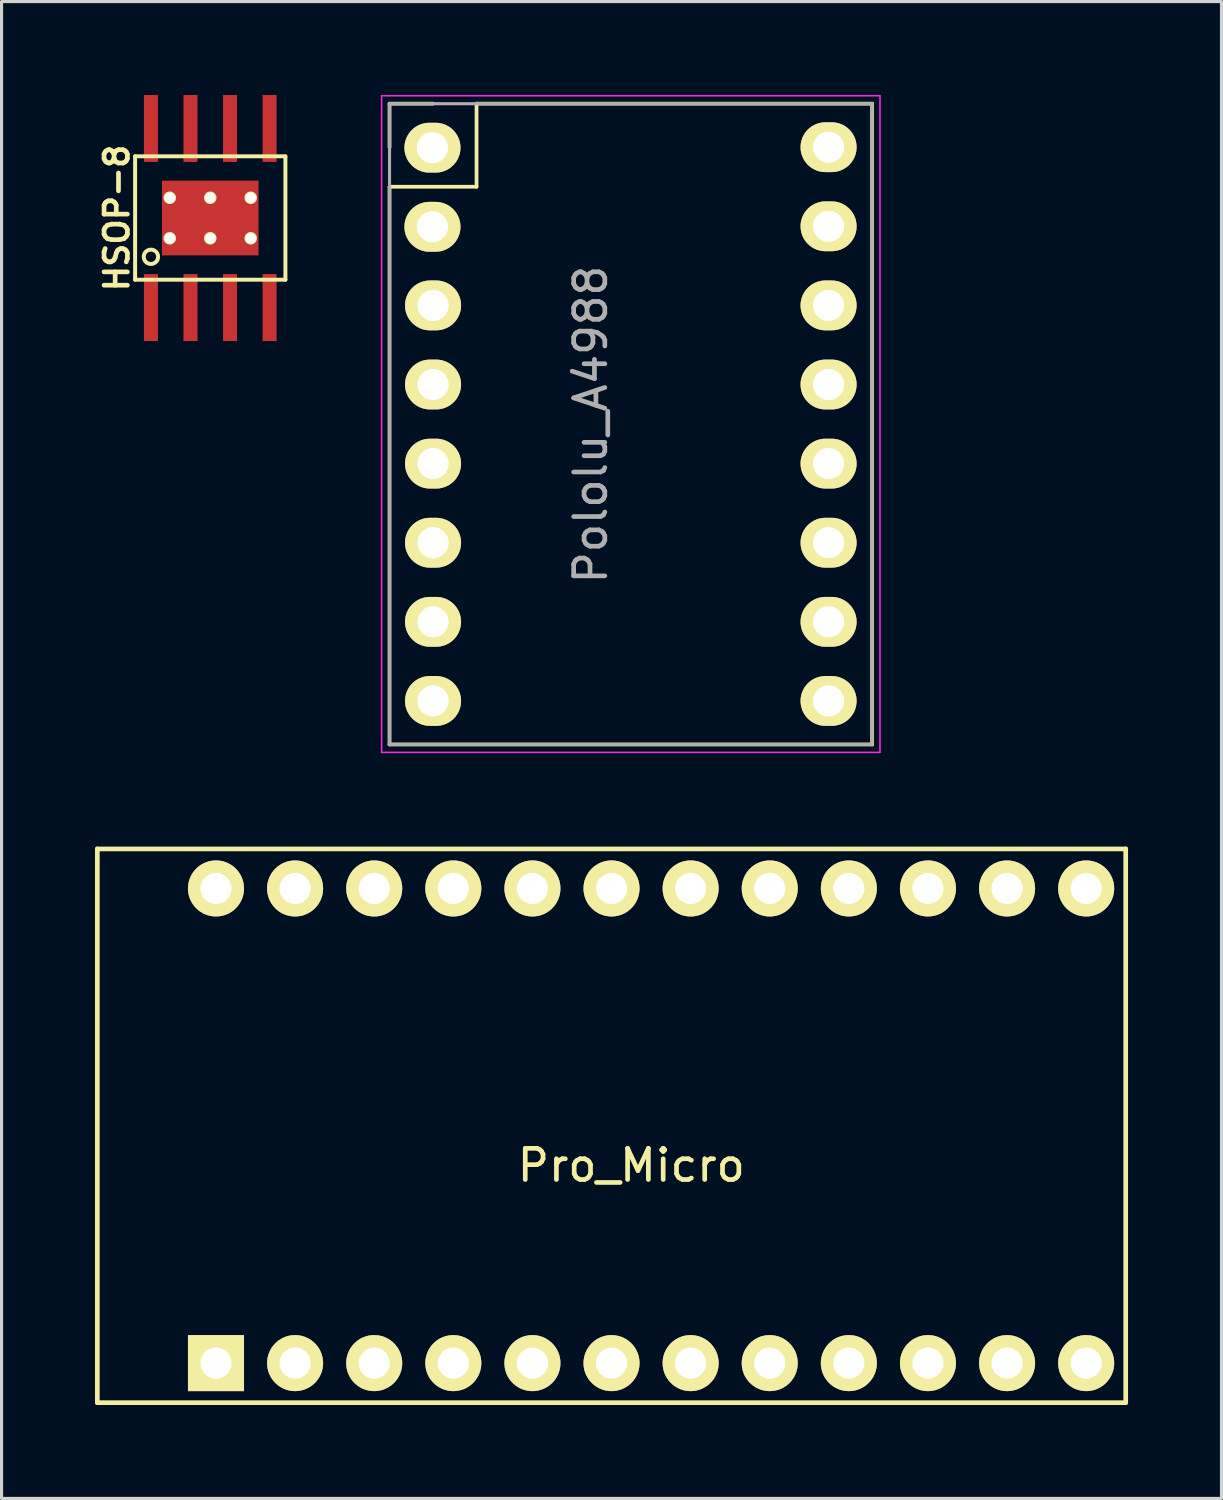
<source format=kicad_pcb>
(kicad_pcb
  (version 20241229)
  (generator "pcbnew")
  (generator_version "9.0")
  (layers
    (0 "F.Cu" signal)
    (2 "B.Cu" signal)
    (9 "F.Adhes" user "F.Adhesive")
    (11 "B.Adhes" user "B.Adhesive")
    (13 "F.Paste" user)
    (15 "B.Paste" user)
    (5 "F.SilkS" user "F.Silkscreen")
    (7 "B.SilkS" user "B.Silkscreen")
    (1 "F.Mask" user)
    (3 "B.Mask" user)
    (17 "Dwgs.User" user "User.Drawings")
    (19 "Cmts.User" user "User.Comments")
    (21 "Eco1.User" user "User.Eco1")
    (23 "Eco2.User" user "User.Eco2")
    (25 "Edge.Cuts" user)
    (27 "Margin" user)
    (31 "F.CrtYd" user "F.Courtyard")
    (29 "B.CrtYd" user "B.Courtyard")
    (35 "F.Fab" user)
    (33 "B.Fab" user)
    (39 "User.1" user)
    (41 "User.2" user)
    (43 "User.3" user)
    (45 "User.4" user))
  (footprint "HSOP-8"
    (layer "F.Cu")
    (at 3.701 3.95)
    (property "Reference" "HSOP-8" (at -3 0 90) (layer "F.SilkS") (effects (font (size 0.749 0.749) (thickness 0.15))))
    (attr smd)
    (fp_line (start -2.413 -1.981) (end -2.413 1.981) (stroke (width 0.127) (type solid)) (layer "F.SilkS"))
    (fp_line (start -2.413 1.981) (end 2.413 1.981) (stroke (width 0.127) (type solid)) (layer "F.SilkS"))
    (fp_line (start 2.413 -1.981) (end -2.413 -1.981) (stroke (width 0.127) (type solid)) (layer "F.SilkS"))
    (fp_line (start 2.413 1.981) (end 2.413 -1.981) (stroke (width 0.127) (type solid)) (layer "F.SilkS"))
    (fp_circle (center -1.905 1.245) (end -2.134 1.27) (stroke (width 0.127) (type solid)) (fill no) (layer "F.SilkS"))
    (pad "1" smd rect (at -1.905 2.875) (size 0.45 2.15) (layers "F.Cu" "F.Mask" "F.Paste"))
    (pad "2" smd rect (at -0.635 2.875) (size 0.45 2.15) (layers "F.Cu" "F.Mask" "F.Paste"))
    (pad "3" smd rect (at 0.635 2.875) (size 0.45 2.15) (layers "F.Cu" "F.Mask" "F.Paste"))
    (pad "4" smd rect (at 1.905 2.875) (size 0.45 2.15) (layers "F.Cu" "F.Mask" "F.Paste"))
    (pad "5" smd rect (at 1.905 -2.875) (size 0.45 2.15) (layers "F.Cu" "F.Mask" "F.Paste"))
    (pad "6" smd rect (at 0.635 -2.875) (size 0.45 2.15) (layers "F.Cu" "F.Mask" "F.Paste"))
    (pad "7" smd rect (at -0.635 -2.875) (size 0.45 2.15) (layers "F.Cu" "F.Mask" "F.Paste"))
    (pad "8" smd rect (at -1.905 -2.875) (size 0.45 2.15) (layers "F.Cu" "F.Mask" "F.Paste"))
    (pad "9" thru_hole circle (at -1.3 -0.65) (size 0.4 0.4) (drill 0.33) (layers "*.Cu" "F.SilkS"))
    (pad "9" thru_hole circle (at -1.3 0.65) (size 0.4 0.4) (drill 0.33) (layers "*.Cu" "F.SilkS"))
    (pad "9" thru_hole circle (at 0 -0.65) (size 0.4 0.4) (drill 0.33) (layers "*.Cu" "F.SilkS"))
    (pad "9" smd rect (at 0 0) (size 3.1 2.4) (layers "F.Cu" "F.Mask" "F.Paste"))
    (pad "9" thru_hole circle (at 0 0.65) (size 0.4 0.4) (drill 0.33) (layers "*.Cu" "F.SilkS"))
    (pad "9" thru_hole circle (at 1.3 -0.65) (size 0.4 0.4) (drill 0.33) (layers "*.Cu" "F.SilkS"))
    (pad "9" thru_hole circle (at 1.3 0.65) (size 0.4 0.4) (drill 0.33) (layers "*.Cu" "F.SilkS")))
  (footprint "Pro_Micro"
    (layer "F.Cu")
    (at 16.585 33.097)
    (property "Reference" "Pro_Micro" (at 0.635 1.27 0) (layer "F.SilkS") (effects (font (size 1 1) (thickness 0.15))))
    (attr through_hole)
    (fp_line (start -16.51 -8.89) (end -16.51 8.89) (stroke (width 0.15) (type solid)) (layer "F.SilkS"))
    (fp_line (start -16.51 8.89) (end 16.51 8.89) (stroke (width 0.15) (type solid)) (layer "F.SilkS"))
    (fp_line (start 16.51 -8.89) (end -16.51 -8.89) (stroke (width 0.15) (type solid)) (layer "F.SilkS"))
    (fp_line (start 16.51 -8.89) (end 16.51 8.89) (stroke (width 0.15) (type solid)) (layer "F.SilkS"))
    (pad "1" thru_hole rect (at -12.7 7.62) (size 1.8 1.8) (drill 1) (layers "*.Cu" "*.Mask" "F.SilkS"))
    (pad "2" thru_hole circle (at -10.16 7.62) (size 1.8 1.8) (drill 1) (layers "*.Cu" "*.Mask" "F.SilkS"))
    (pad "3" thru_hole circle (at -7.62 7.62) (size 1.8 1.8) (drill 1) (layers "*.Cu" "*.Mask" "F.SilkS"))
    (pad "4" thru_hole circle (at -5.08 7.62) (size 1.8 1.8) (drill 1) (layers "*.Cu" "*.Mask" "F.SilkS"))
    (pad "5" thru_hole circle (at -2.54 7.62) (size 1.8 1.8) (drill 1) (layers "*.Cu" "*.Mask" "F.SilkS"))
    (pad "6" thru_hole circle (at 0 7.62) (size 1.8 1.8) (drill 1) (layers "*.Cu" "*.Mask" "F.SilkS"))
    (pad "7" thru_hole circle (at 2.54 7.62) (size 1.8 1.8) (drill 1) (layers "*.Cu" "*.Mask" "F.SilkS"))
    (pad "8" thru_hole circle (at 5.08 7.62) (size 1.8 1.8) (drill 1) (layers "*.Cu" "*.Mask" "F.SilkS"))
    (pad "9" thru_hole circle (at 7.62 7.62) (size 1.8 1.8) (drill 1) (layers "*.Cu" "*.Mask" "F.SilkS"))
    (pad "10" thru_hole circle (at 10.16 7.62) (size 1.8 1.8) (drill 1) (layers "*.Cu" "*.Mask" "F.SilkS"))
    (pad "11" thru_hole circle (at 12.7 7.62) (size 1.8 1.8) (drill 1) (layers "*.Cu" "*.Mask" "F.SilkS"))
    (pad "12" thru_hole circle (at 15.24 7.62) (size 1.8 1.8) (drill 1) (layers "*.Cu" "*.Mask" "F.SilkS"))
    (pad "13" thru_hole circle (at 15.24 -7.62) (size 1.8 1.8) (drill 1) (layers "*.Cu" "*.Mask" "F.SilkS"))
    (pad "14" thru_hole circle (at 12.7 -7.62) (size 1.8 1.8) (drill 1) (layers "*.Cu" "*.Mask" "F.SilkS"))
    (pad "15" thru_hole circle (at 10.16 -7.62) (size 1.8 1.8) (drill 1) (layers "*.Cu" "*.Mask" "F.SilkS"))
    (pad "16" thru_hole circle (at 7.62 -7.62) (size 1.8 1.8) (drill 1) (layers "*.Cu" "*.Mask" "F.SilkS"))
    (pad "17" thru_hole circle (at 5.08 -7.62) (size 1.8 1.8) (drill 1) (layers "*.Cu" "*.Mask" "F.SilkS"))
    (pad "18" thru_hole circle (at 2.54 -7.62) (size 1.8 1.8) (drill 1) (layers "*.Cu" "*.Mask" "F.SilkS"))
    (pad "19" thru_hole circle (at 0 -7.62) (size 1.8 1.8) (drill 1) (layers "*.Cu" "*.Mask" "F.SilkS"))
    (pad "20" thru_hole circle (at -2.54 -7.62) (size 1.8 1.8) (drill 1) (layers "*.Cu" "*.Mask" "F.SilkS"))
    (pad "21" thru_hole circle (at -5.08 -7.62) (size 1.8 1.8) (drill 1) (layers "*.Cu" "*.Mask" "F.SilkS"))
    (pad "22" thru_hole circle (at -7.62 -7.62) (size 1.8 1.8) (drill 1) (layers "*.Cu" "*.Mask" "F.SilkS"))
    (pad "23" thru_hole circle (at -10.16 -7.62) (size 1.8 1.8) (drill 1) (layers "*.Cu" "*.Mask" "F.SilkS"))
    (pad "24" thru_hole circle (at -12.7 -7.62) (size 1.8 1.8) (drill 1) (layers "*.Cu" "*.Mask" "F.SilkS")))
  (footprint "Pololu_A4988"
    (layer "F.Cu")
    (at 10.854 1.676)
    (property "Reference" "Pololu_A4988" (at 5.061 8.906 90) (layer "F.Fab") (effects (font (size 1 1) (thickness 0.15))))
    (attr through_hole)
    (fp_line (start -1.397 -1.397) (end -1.397 0) (stroke (width 0.12) (type solid)) (layer "F.SilkS"))
    (fp_line (start -1.397 1.27) (end 1.397 1.27) (stroke (width 0.12) (type solid)) (layer "F.SilkS"))
    (fp_line (start -1.397 19.177) (end -1.397 1.27) (stroke (width 0.12) (type solid)) (layer "F.SilkS"))
    (fp_line (start 0 -1.397) (end -1.397 -1.397) (stroke (width 0.12) (type solid)) (layer "F.SilkS"))
    (fp_line (start 1.397 -1.397) (end 14.097 -1.397) (stroke (width 0.12) (type solid)) (layer "F.SilkS"))
    (fp_line (start 1.397 1.27) (end 1.397 -1.397) (stroke (width 0.12) (type solid)) (layer "F.SilkS"))
    (fp_line (start 14.097 -1.397) (end 14.097 19.177) (stroke (width 0.12) (type solid)) (layer "F.SilkS"))
    (fp_line (start 14.097 19.177) (end -1.397 19.177) (stroke (width 0.12) (type solid)) (layer "F.SilkS"))
    (fp_line (start -1.651 -1.651) (end -1.651 19.431) (stroke (width 0.05) (type solid)) (layer "F.CrtYd"))
    (fp_line (start -1.651 -1.651) (end 14.351 -1.651) (stroke (width 0.05) (type solid)) (layer "F.CrtYd"))
    (fp_line (start 14.351 -1.651) (end 14.351 19.431) (stroke (width 0.05) (type solid)) (layer "F.CrtYd"))
    (fp_line (start 14.351 19.431) (end -1.651 19.431) (stroke (width 0.05) (type solid)) (layer "F.CrtYd"))
    (fp_line (start -1.397 -1.397) (end -1.397 19.177) (stroke (width 0.1) (type solid)) (layer "F.Fab"))
    (fp_line (start -1.397 19.177) (end 14.097 19.177) (stroke (width 0.1) (type solid)) (layer "F.Fab"))
    (fp_line (start 14.097 -1.397) (end -1.397 -1.397) (stroke (width 0.1) (type solid)) (layer "F.Fab"))
    (fp_line (start 14.097 19.177) (end 14.097 -1.397) (stroke (width 0.1) (type solid)) (layer "F.Fab"))
    (pad "1" thru_hole oval (at -0.019 0.016 270) (size 1.6 1.8) (drill 1) (layers "*.Cu" "*.Mask" "F.SilkS"))
    (pad "2" thru_hole oval (at -0.019 2.556 270) (size 1.6 1.8) (drill 1) (layers "*.Cu" "*.Mask" "F.SilkS"))
    (pad "3" thru_hole oval (at 0 5.08 270) (size 1.6 1.8) (drill 1) (layers "*.Cu" "*.Mask" "F.SilkS"))
    (pad "4" thru_hole oval (at 0 7.62 270) (size 1.6 1.8) (drill 1) (layers "*.Cu" "*.Mask" "F.SilkS"))
    (pad "5" thru_hole oval (at 0 10.16 270) (size 1.6 1.8) (drill 1) (layers "*.Cu" "*.Mask" "F.SilkS"))
    (pad "6" thru_hole oval (at 0 12.7 270) (size 1.6 1.8) (drill 1) (layers "*.Cu" "*.Mask" "F.SilkS"))
    (pad "7" thru_hole oval (at 0 15.24 270) (size 1.6 1.8) (drill 1) (layers "*.Cu" "*.Mask" "F.SilkS"))
    (pad "8" thru_hole oval (at 0 17.78 270) (size 1.6 1.8) (drill 1) (layers "*.Cu" "*.Mask" "F.SilkS"))
    (pad "9" thru_hole oval (at 12.7 17.78 270) (size 1.6 1.8) (drill 1) (layers "*.Cu" "*.Mask" "F.SilkS"))
    (pad "10" thru_hole oval (at 12.7 15.24 270) (size 1.6 1.8) (drill 1) (layers "*.Cu" "*.Mask" "F.SilkS"))
    (pad "11" thru_hole oval (at 12.7 12.7 270) (size 1.6 1.8) (drill 1) (layers "*.Cu" "*.Mask" "F.SilkS"))
    (pad "12" thru_hole oval (at 12.7 10.16 270) (size 1.6 1.8) (drill 1) (layers "*.Cu" "*.Mask" "F.SilkS"))
    (pad "13" thru_hole oval (at 12.7 7.62 270) (size 1.6 1.8) (drill 1) (layers "*.Cu" "*.Mask" "F.SilkS"))
    (pad "14" thru_hole oval (at 12.7 5.08 270) (size 1.6 1.8) (drill 1) (layers "*.Cu" "*.Mask" "F.SilkS"))
    (pad "15" thru_hole oval (at 12.7 2.54 270) (size 1.6 1.8) (drill 1) (layers "*.Cu" "*.Mask" "F.SilkS"))
    (pad "16" thru_hole oval (at 12.7 0 270) (size 1.6 1.8) (drill 1) (layers "*.Cu" "*.Mask" "F.SilkS")))
  (gr_rect
    (start -3 -3)
    (end 36.17 45.062)
    (stroke (width 0.1) (type default))
    (fill no)
    (layer "Edge.Cuts")))
</source>
